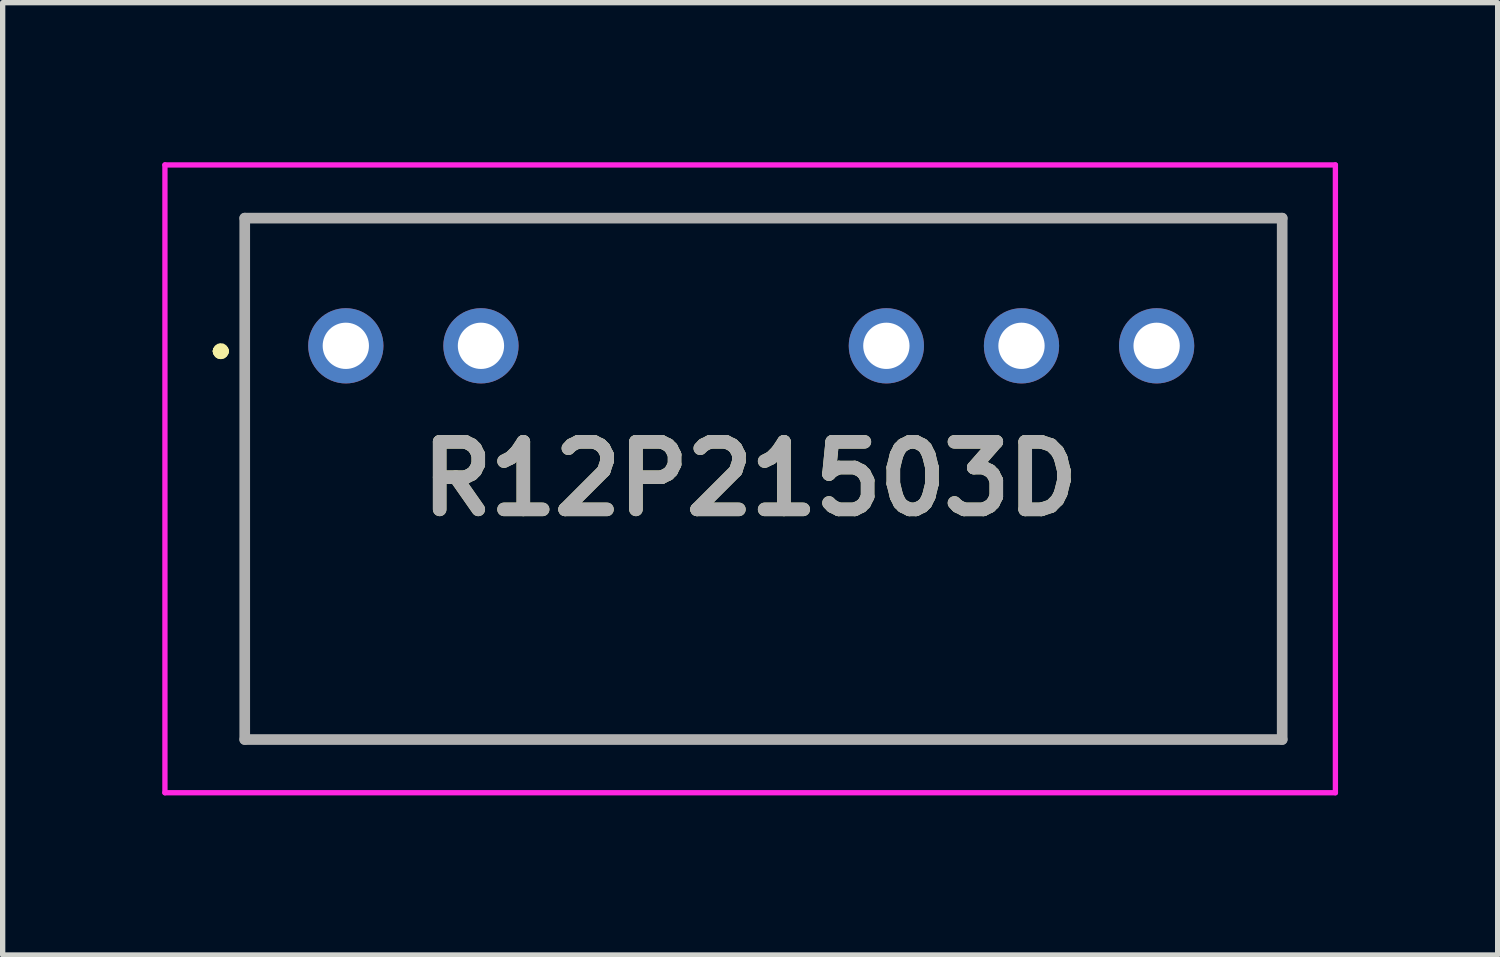
<source format=kicad_pcb>
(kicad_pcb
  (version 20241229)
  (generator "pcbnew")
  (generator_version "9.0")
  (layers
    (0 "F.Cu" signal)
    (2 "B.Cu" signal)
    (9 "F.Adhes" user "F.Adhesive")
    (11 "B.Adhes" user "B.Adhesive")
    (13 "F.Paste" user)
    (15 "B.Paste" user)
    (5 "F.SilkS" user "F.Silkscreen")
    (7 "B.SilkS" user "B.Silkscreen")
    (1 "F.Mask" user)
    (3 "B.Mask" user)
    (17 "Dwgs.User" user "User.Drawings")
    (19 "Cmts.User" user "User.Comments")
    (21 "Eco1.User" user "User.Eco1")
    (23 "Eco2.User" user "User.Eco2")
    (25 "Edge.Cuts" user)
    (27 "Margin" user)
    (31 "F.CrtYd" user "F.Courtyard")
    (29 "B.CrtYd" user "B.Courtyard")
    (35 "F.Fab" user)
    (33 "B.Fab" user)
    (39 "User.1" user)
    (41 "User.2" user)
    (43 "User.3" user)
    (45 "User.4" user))
  (footprint "R12P21503D"
    (layer "F.Cu")
    (at 3.45 3.45)
    (property "Reference" "R12P21503D" (at 7.6 2.5 0) (layer "F.SilkS") (effects (font (size 1.27 1.27) (thickness 0.254))))
    (attr through_hole)
    (fp_line (start -2.4 0.1) (end -2.4 0.1) (stroke (width 0.2) (type solid)) (layer "F.SilkS"))
    (fp_line (start -2.4 0.1) (end -2.4 0.1) (stroke (width 0.2) (type solid)) (layer "F.SilkS"))
    (fp_line (start -2.3 0.1) (end -2.3 0.1) (stroke (width 0.2) (type solid)) (layer "F.SilkS"))
    (fp_line (start -1.9 -2.4) (end -1.9 7.4) (stroke (width 0.1) (type solid)) (layer "F.SilkS"))
    (fp_line (start -1.9 7.4) (end 17.6 7.4) (stroke (width 0.1) (type solid)) (layer "F.SilkS"))
    (fp_line (start 17.6 -2.4) (end -1.9 -2.4) (stroke (width 0.1) (type solid)) (layer "F.SilkS"))
    (fp_line (start 17.6 7.4) (end 17.6 -2.4) (stroke (width 0.1) (type solid)) (layer "F.SilkS"))
    (fp_arc (start -2.4 0.1) (mid -2.35 0.05) (end -2.3 0.1) (stroke (width 0.2) (type solid)) (layer "F.SilkS"))
    (fp_arc (start -2.3 0.1) (mid -2.35 0.15) (end -2.4 0.1) (stroke (width 0.2) (type solid)) (layer "F.SilkS"))
    (fp_arc (start -2.3 0.1) (mid -2.35 0.15) (end -2.4 0.1) (stroke (width 0.2) (type solid)) (layer "F.SilkS"))
    (fp_line (start -3.4 -3.4) (end -3.4 8.4) (stroke (width 0.1) (type solid)) (layer "F.CrtYd"))
    (fp_line (start -3.4 8.4) (end 18.6 8.4) (stroke (width 0.1) (type solid)) (layer "F.CrtYd"))
    (fp_line (start 18.6 -3.4) (end -3.4 -3.4) (stroke (width 0.1) (type solid)) (layer "F.CrtYd"))
    (fp_line (start 18.6 8.4) (end 18.6 -3.4) (stroke (width 0.1) (type solid)) (layer "F.CrtYd"))
    (fp_line (start -1.9 -2.4) (end 17.6 -2.4) (stroke (width 0.2) (type solid)) (layer "F.Fab"))
    (fp_line (start -1.9 7.4) (end -1.9 -2.4) (stroke (width 0.2) (type solid)) (layer "F.Fab"))
    (fp_line (start 17.6 -2.4) (end 17.6 7.4) (stroke (width 0.2) (type solid)) (layer "F.Fab"))
    (fp_line (start 17.6 7.4) (end -1.9 7.4) (stroke (width 0.2) (type solid)) (layer "F.Fab"))
    (fp_text user "${REFERENCE}" (at 7.6 2.5 0) (layer "F.Fab") (effects (font (size 1.27 1.27) (thickness 0.254))))
    (pad "1" thru_hole circle (at 0 0) (size 1.414 1.414) (drill 0.87) (layers "*.Cu" "*.Mask"))
    (pad "2" thru_hole circle (at 2.54 0) (size 1.414 1.414) (drill 0.87) (layers "*.Cu" "*.Mask"))
    (pad "5" thru_hole circle (at 10.16 0) (size 1.414 1.414) (drill 0.87) (layers "*.Cu" "*.Mask"))
    (pad "6" thru_hole circle (at 12.7 0) (size 1.414 1.414) (drill 0.87) (layers "*.Cu" "*.Mask"))
    (pad "7" thru_hole circle (at 15.24 0) (size 1.414 1.414) (drill 0.87) (layers "*.Cu" "*.Mask")))
  (gr_rect
    (start -3 -3)
    (end 25.1 14.9)
    (stroke (width 0.1) (type default))
    (fill no)
    (layer "Edge.Cuts")))
</source>
